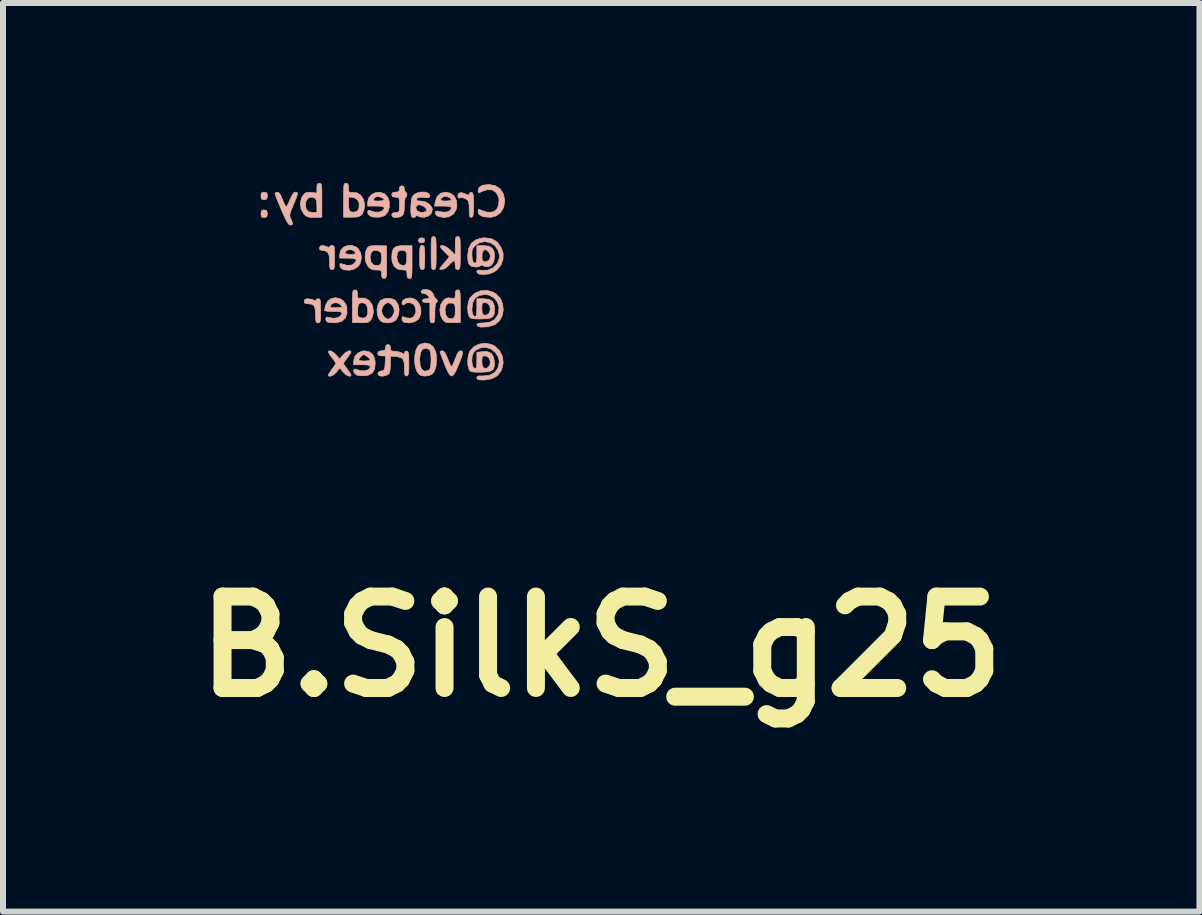
<source format=kicad_pcb>
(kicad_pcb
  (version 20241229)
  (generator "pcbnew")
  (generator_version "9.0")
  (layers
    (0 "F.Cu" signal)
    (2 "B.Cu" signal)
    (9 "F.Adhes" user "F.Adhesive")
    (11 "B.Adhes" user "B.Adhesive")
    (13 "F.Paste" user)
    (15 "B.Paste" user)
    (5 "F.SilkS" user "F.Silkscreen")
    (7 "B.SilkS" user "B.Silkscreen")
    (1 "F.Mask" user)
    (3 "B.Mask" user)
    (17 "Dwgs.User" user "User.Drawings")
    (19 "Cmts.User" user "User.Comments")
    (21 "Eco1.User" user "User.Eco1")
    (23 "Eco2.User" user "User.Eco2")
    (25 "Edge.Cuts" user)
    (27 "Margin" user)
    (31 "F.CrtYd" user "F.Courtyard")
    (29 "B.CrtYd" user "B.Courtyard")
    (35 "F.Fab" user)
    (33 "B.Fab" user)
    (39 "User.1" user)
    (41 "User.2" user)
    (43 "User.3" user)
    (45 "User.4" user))
  (footprint "B.SilkS_g25"
    (layer "F.Cu")
    (at 6.974 7.731)
    (property "Reference" "B.SilkS_g25" (at 0 0 0) (layer "F.SilkS") (effects (font (size 1.524 1.524) (thickness 0.3))))
    (attr through_hole)
    (fp_poly (pts (xy -2.954 -6.806) (xy -2.942 -6.773) (xy -2.955 -6.74) (xy -2.995 -6.731) (xy -3.037 -6.741) (xy -3.048 -6.773) (xy -3.036 -6.807) (xy -2.995 -6.816) (xy -2.954 -6.806)) (stroke (width 0.01) (type solid)) (fill yes) (layer "B.SilkS"))
    (fp_poly (pts (xy -5.582 -7.571) (xy -5.568 -7.542) (xy -5.567 -7.514) (xy -5.573 -7.469) (xy -5.597 -7.452) (xy -5.62 -7.451) (xy -5.658 -7.458) (xy -5.671 -7.487) (xy -5.673 -7.514) (xy -5.667 -7.56) (xy -5.643 -7.576) (xy -5.62 -7.578) (xy -5.582 -7.571)) (stroke (width 0.01) (type solid)) (fill yes) (layer "B.SilkS"))
    (fp_poly (pts (xy -5.582 -7.274) (xy -5.568 -7.245) (xy -5.567 -7.218) (xy -5.573 -7.172) (xy -5.597 -7.156) (xy -5.62 -7.154) (xy -5.658 -7.161) (xy -5.671 -7.19) (xy -5.673 -7.218) (xy -5.667 -7.263) (xy -5.643 -7.28) (xy -5.62 -7.281) (xy -5.582 -7.274)) (stroke (width 0.01) (type solid)) (fill yes) (layer "B.SilkS"))
    (fp_poly (pts (xy -2.965 -6.686) (xy -2.952 -6.671) (xy -2.946 -6.638) (xy -2.943 -6.577) (xy -2.942 -6.488) (xy -2.943 -6.394) (xy -2.946 -6.335) (xy -2.953 -6.303) (xy -2.966 -6.289) (xy -2.985 -6.287) (xy -3.004 -6.29) (xy -3.017 -6.304) (xy -3.023 -6.337) (xy -3.026 -6.398) (xy -3.027 -6.488) (xy -3.026 -6.581) (xy -3.023 -6.64) (xy -3.016 -6.672) (xy -3.003 -6.686) (xy -2.985 -6.689) (xy -2.965 -6.686)) (stroke (width 0.01) (type solid)) (fill yes) (layer "B.SilkS"))
    (fp_poly (pts (xy -2.777 -6.834) (xy -2.765 -6.823) (xy -2.758 -6.796) (xy -2.754 -6.746) (xy -2.752 -6.666) (xy -2.752 -6.562) (xy -2.752 -6.449) (xy -2.754 -6.373) (xy -2.758 -6.325) (xy -2.766 -6.299) (xy -2.778 -6.288) (xy -2.794 -6.287) (xy -2.811 -6.289) (xy -2.823 -6.3) (xy -2.83 -6.328) (xy -2.834 -6.378) (xy -2.836 -6.457) (xy -2.836 -6.562) (xy -2.836 -6.674) (xy -2.834 -6.751) (xy -2.83 -6.799) (xy -2.822 -6.824) (xy -2.81 -6.835) (xy -2.794 -6.837) (xy -2.777 -6.834)) (stroke (width 0.01) (type solid)) (fill yes) (layer "B.SilkS"))
    (fp_poly (pts (xy -4.582 -6.672) (xy -4.571 -6.667) (xy -4.537 -6.656) (xy -4.53 -6.667) (xy -4.512 -6.685) (xy -4.487 -6.689) (xy -4.468 -6.686) (xy -4.455 -6.671) (xy -4.448 -6.638) (xy -4.446 -6.577) (xy -4.445 -6.488) (xy -4.446 -6.394) (xy -4.449 -6.335) (xy -4.456 -6.303) (xy -4.468 -6.289) (xy -4.487 -6.287) (xy -4.51 -6.291) (xy -4.523 -6.31) (xy -4.529 -6.353) (xy -4.53 -6.423) (xy -4.535 -6.513) (xy -4.555 -6.568) (xy -4.593 -6.596) (xy -4.655 -6.604) (xy -4.655 -6.604) (xy -4.692 -6.618) (xy -4.699 -6.646) (xy -4.683 -6.68) (xy -4.64 -6.689) (xy -4.582 -6.672)) (stroke (width 0.01) (type solid)) (fill yes) (layer "B.SilkS"))
    (fp_poly (pts (xy -4.7 -5.797) (xy -4.688 -5.782) (xy -4.681 -5.749) (xy -4.678 -5.688) (xy -4.678 -5.599) (xy -4.678 -5.505) (xy -4.681 -5.446) (xy -4.689 -5.414) (xy -4.701 -5.4) (xy -4.72 -5.397) (xy -4.743 -5.402) (xy -4.756 -5.421) (xy -4.762 -5.466) (xy -4.763 -5.531) (xy -4.767 -5.621) (xy -4.784 -5.677) (xy -4.817 -5.706) (xy -4.873 -5.715) (xy -4.883 -5.715) (xy -4.932 -5.72) (xy -4.951 -5.741) (xy -4.953 -5.757) (xy -4.944 -5.787) (xy -4.91 -5.799) (xy -4.883 -5.8) (xy -4.827 -5.792) (xy -4.788 -5.775) (xy -4.788 -5.774) (xy -4.767 -5.76) (xy -4.763 -5.774) (xy -4.745 -5.795) (xy -4.72 -5.8) (xy -4.7 -5.797)) (stroke (width 0.01) (type solid)) (fill yes) (layer "B.SilkS"))
    (fp_poly (pts (xy -2.147 -7.565) (xy -2.136 -7.543) (xy -2.13 -7.498) (xy -2.128 -7.424) (xy -2.127 -7.366) (xy -2.128 -7.271) (xy -2.132 -7.211) (xy -2.14 -7.177) (xy -2.154 -7.162) (xy -2.164 -7.158) (xy -2.184 -7.16) (xy -2.196 -7.179) (xy -2.2 -7.225) (xy -2.201 -7.29) (xy -2.203 -7.367) (xy -2.211 -7.414) (xy -2.228 -7.443) (xy -2.253 -7.463) (xy -2.31 -7.485) (xy -2.348 -7.483) (xy -2.382 -7.48) (xy -2.392 -7.509) (xy -2.392 -7.513) (xy -2.377 -7.557) (xy -2.336 -7.571) (xy -2.273 -7.553) (xy -2.266 -7.549) (xy -2.222 -7.53) (xy -2.204 -7.532) (xy -2.201 -7.549) (xy -2.185 -7.573) (xy -2.164 -7.574) (xy -2.147 -7.565)) (stroke (width 0.01) (type solid)) (fill yes) (layer "B.SilkS"))
    (fp_poly (pts (xy -2.322 -4.928) (xy -2.311 -4.911) (xy -2.314 -4.877) (xy -2.333 -4.817) (xy -2.368 -4.727) (xy -2.379 -4.698) (xy -2.423 -4.595) (xy -2.46 -4.533) (xy -2.492 -4.511) (xy -2.525 -4.53) (xy -2.561 -4.589) (xy -2.604 -4.688) (xy -2.61 -4.704) (xy -2.643 -4.788) (xy -2.669 -4.858) (xy -2.685 -4.904) (xy -2.688 -4.916) (xy -2.671 -4.929) (xy -2.648 -4.932) (xy -2.62 -4.919) (xy -2.592 -4.877) (xy -2.561 -4.804) (xy -2.534 -4.737) (xy -2.511 -4.688) (xy -2.498 -4.668) (xy -2.485 -4.681) (xy -2.463 -4.726) (xy -2.437 -4.792) (xy -2.435 -4.795) (xy -2.405 -4.873) (xy -2.378 -4.916) (xy -2.352 -4.932) (xy -2.347 -4.932) (xy -2.322 -4.928)) (stroke (width 0.01) (type solid)) (fill yes) (layer "B.SilkS"))
    (fp_poly (pts (xy -3.15 -5.809) (xy -3.082 -5.775) (xy -3.033 -5.713) (xy -3.007 -5.635) (xy -3.006 -5.553) (xy -3.035 -5.478) (xy -3.058 -5.449) (xy -3.121 -5.412) (xy -3.202 -5.397) (xy -3.283 -5.407) (xy -3.297 -5.412) (xy -3.319 -5.439) (xy -3.323 -5.463) (xy -3.321 -5.493) (xy -3.307 -5.501) (xy -3.269 -5.49) (xy -3.248 -5.482) (xy -3.179 -5.474) (xy -3.126 -5.502) (xy -3.095 -5.559) (xy -3.09 -5.598) (xy -3.1 -5.657) (xy -3.123 -5.702) (xy -3.124 -5.703) (xy -3.167 -5.728) (xy -3.22 -5.736) (xy -3.261 -5.724) (xy -3.27 -5.715) (xy -3.297 -5.694) (xy -3.318 -5.71) (xy -3.323 -5.737) (xy -3.304 -5.777) (xy -3.256 -5.804) (xy -3.192 -5.814) (xy -3.15 -5.809)) (stroke (width 0.01) (type solid)) (fill yes) (layer "B.SilkS"))
    (fp_poly (pts (xy -1.768 -7.686) (xy -1.687 -7.634) (xy -1.633 -7.553) (xy -1.609 -7.448) (xy -1.609 -7.429) (xy -1.626 -7.322) (xy -1.676 -7.238) (xy -1.751 -7.182) (xy -1.845 -7.157) (xy -1.954 -7.166) (xy -1.995 -7.179) (xy -2.041 -7.209) (xy -2.053 -7.252) (xy -2.051 -7.286) (xy -2.036 -7.292) (xy -1.996 -7.274) (xy -1.991 -7.271) (xy -1.901 -7.243) (xy -1.815 -7.246) (xy -1.778 -7.26) (xy -1.735 -7.305) (xy -1.709 -7.374) (xy -1.705 -7.454) (xy -1.715 -7.504) (xy -1.757 -7.576) (xy -1.821 -7.615) (xy -1.903 -7.618) (xy -1.991 -7.588) (xy -2.033 -7.568) (xy -2.05 -7.572) (xy -2.053 -7.604) (xy -2.053 -7.609) (xy -2.034 -7.66) (xy -1.978 -7.692) (xy -1.887 -7.704) (xy -1.871 -7.705) (xy -1.768 -7.686)) (stroke (width 0.01) (type solid)) (fill yes) (layer "B.SilkS"))
    (fp_poly (pts (xy -3.467 -5.792) (xy -3.431 -5.77) (xy -3.386 -5.703) (xy -3.369 -5.619) (xy -3.378 -5.531) (xy -3.416 -5.455) (xy -3.43 -5.439) (xy -3.484 -5.41) (xy -3.558 -5.398) (xy -3.631 -5.406) (xy -3.666 -5.419) (xy -3.709 -5.467) (xy -3.733 -5.539) (xy -3.737 -5.599) (xy -3.662 -5.599) (xy -3.648 -5.541) (xy -3.613 -5.491) (xy -3.569 -5.463) (xy -3.556 -5.461) (xy -3.515 -5.477) (xy -3.483 -5.508) (xy -3.458 -5.56) (xy -3.45 -5.599) (xy -3.464 -5.656) (xy -3.499 -5.706) (xy -3.543 -5.734) (xy -3.556 -5.736) (xy -3.6 -5.718) (xy -3.639 -5.673) (xy -3.66 -5.616) (xy -3.662 -5.599) (xy -3.737 -5.599) (xy -3.738 -5.621) (xy -3.723 -5.7) (xy -3.688 -5.763) (xy -3.681 -5.77) (xy -3.619 -5.801) (xy -3.541 -5.809) (xy -3.467 -5.792)) (stroke (width 0.01) (type solid)) (fill yes) (layer "B.SilkS"))
    (fp_poly (pts (xy -5.075 -7.575) (xy -5.064 -7.564) (xy -5.066 -7.537) (xy -5.082 -7.487) (xy -5.114 -7.409) (xy -5.132 -7.365) (xy -5.167 -7.281) (xy -5.186 -7.225) (xy -5.192 -7.187) (xy -5.186 -7.156) (xy -5.174 -7.132) (xy -5.148 -7.071) (xy -5.149 -7.039) (xy -5.177 -7.027) (xy -5.183 -7.027) (xy -5.205 -7.037) (xy -5.23 -7.068) (xy -5.262 -7.125) (xy -5.303 -7.215) (xy -5.332 -7.28) (xy -5.372 -7.376) (xy -5.406 -7.459) (xy -5.429 -7.521) (xy -5.44 -7.553) (xy -5.44 -7.555) (xy -5.422 -7.574) (xy -5.4 -7.578) (xy -5.372 -7.565) (xy -5.343 -7.522) (xy -5.313 -7.451) (xy -5.286 -7.388) (xy -5.263 -7.346) (xy -5.249 -7.334) (xy -5.233 -7.358) (xy -5.208 -7.409) (xy -5.186 -7.461) (xy -5.151 -7.534) (xy -5.12 -7.571) (xy -5.099 -7.578) (xy -5.075 -7.575)) (stroke (width 0.01) (type solid)) (fill yes) (layer "B.SilkS"))
    (fp_poly (pts (xy -2.897 -5.955) (xy -2.84 -5.928) (xy -2.803 -5.885) (xy -2.798 -5.867) (xy -2.78 -5.824) (xy -2.761 -5.807) (xy -2.737 -5.784) (xy -2.731 -5.754) (xy -2.747 -5.737) (xy -2.752 -5.736) (xy -2.762 -5.716) (xy -2.77 -5.662) (xy -2.773 -5.582) (xy -2.773 -5.567) (xy -2.774 -5.482) (xy -2.778 -5.432) (xy -2.787 -5.407) (xy -2.804 -5.398) (xy -2.815 -5.397) (xy -2.836 -5.401) (xy -2.849 -5.417) (xy -2.855 -5.455) (xy -2.857 -5.522) (xy -2.857 -5.567) (xy -2.857 -5.736) (xy -2.921 -5.736) (xy -2.971 -5.746) (xy -2.985 -5.768) (xy -2.966 -5.793) (xy -2.92 -5.8) (xy -2.877 -5.803) (xy -2.868 -5.818) (xy -2.879 -5.842) (xy -2.918 -5.877) (xy -2.953 -5.884) (xy -2.995 -5.896) (xy -3.004 -5.922) (xy -2.979 -5.948) (xy -2.959 -5.955) (xy -2.897 -5.955)) (stroke (width 0.01) (type solid)) (fill yes) (layer "B.SilkS"))
    (fp_poly (pts (xy -4.682 -7.724) (xy -4.67 -7.712) (xy -4.663 -7.685) (xy -4.659 -7.636) (xy -4.657 -7.558) (xy -4.657 -7.444) (xy -4.657 -7.442) (xy -4.657 -7.159) (xy -4.782 -7.157) (xy -4.855 -7.158) (xy -4.901 -7.167) (xy -4.935 -7.19) (xy -4.962 -7.22) (xy -5.006 -7.302) (xy -5.014 -7.366) (xy -4.932 -7.366) (xy -4.918 -7.293) (xy -4.875 -7.25) (xy -4.815 -7.239) (xy -4.741 -7.239) (xy -4.741 -7.353) (xy -4.746 -7.429) (xy -4.765 -7.472) (xy -4.803 -7.49) (xy -4.848 -7.493) (xy -4.891 -7.474) (xy -4.922 -7.425) (xy -4.932 -7.366) (xy -5.014 -7.366) (xy -5.017 -7.395) (xy -4.995 -7.484) (xy -4.971 -7.524) (xy -4.936 -7.561) (xy -4.898 -7.575) (xy -4.839 -7.573) (xy -4.833 -7.572) (xy -4.741 -7.562) (xy -4.741 -7.644) (xy -4.738 -7.698) (xy -4.722 -7.722) (xy -4.699 -7.726) (xy -4.682 -7.724)) (stroke (width 0.01) (type solid)) (fill yes) (layer "B.SilkS"))
    (fp_poly (pts (xy -2.866 -5.049) (xy -2.803 -5.001) (xy -2.762 -4.924) (xy -2.752 -4.883) (xy -2.745 -4.772) (xy -2.755 -4.671) (xy -2.782 -4.591) (xy -2.815 -4.547) (xy -2.877 -4.517) (xy -2.952 -4.51) (xy -3.018 -4.526) (xy -3.032 -4.535) (xy -3.073 -4.588) (xy -3.1 -4.667) (xy -3.111 -4.76) (xy -3.11 -4.784) (xy -3.027 -4.784) (xy -3.018 -4.686) (xy -2.991 -4.622) (xy -2.948 -4.594) (xy -2.936 -4.593) (xy -2.886 -4.604) (xy -2.862 -4.619) (xy -2.847 -4.655) (xy -2.839 -4.718) (xy -2.837 -4.794) (xy -2.841 -4.868) (xy -2.85 -4.925) (xy -2.862 -4.949) (xy -2.902 -4.969) (xy -2.936 -4.974) (xy -2.983 -4.955) (xy -3.013 -4.898) (xy -3.026 -4.807) (xy -3.027 -4.784) (xy -3.11 -4.784) (xy -3.108 -4.855) (xy -3.09 -4.942) (xy -3.058 -5.009) (xy -3.026 -5.038) (xy -2.943 -5.063) (xy -2.866 -5.049)) (stroke (width 0.01) (type solid)) (fill yes) (layer "B.SilkS"))
    (fp_poly (pts (xy -4.226 -7.718) (xy -4.214 -7.689) (xy -4.212 -7.645) (xy -4.21 -7.593) (xy -4.197 -7.572) (xy -4.162 -7.571) (xy -4.149 -7.573) (xy -4.071 -7.566) (xy -4.008 -7.525) (xy -3.964 -7.459) (xy -3.945 -7.376) (xy -3.955 -7.283) (xy -3.956 -7.279) (xy -3.981 -7.218) (xy -4.018 -7.181) (xy -4.076 -7.163) (xy -4.166 -7.159) (xy -4.176 -7.159) (xy -4.297 -7.16) (xy -4.297 -7.38) (xy -4.212 -7.38) (xy -4.208 -7.304) (xy -4.192 -7.262) (xy -4.157 -7.245) (xy -4.108 -7.246) (xy -4.064 -7.263) (xy -4.04 -7.312) (xy -4.035 -7.39) (xy -4.063 -7.45) (xy -4.119 -7.485) (xy -4.144 -7.489) (xy -4.212 -7.496) (xy -4.212 -7.38) (xy -4.297 -7.38) (xy -4.297 -7.443) (xy -4.296 -7.557) (xy -4.295 -7.636) (xy -4.291 -7.685) (xy -4.283 -7.712) (xy -4.272 -7.724) (xy -4.255 -7.726) (xy -4.255 -7.726) (xy -4.226 -7.718)) (stroke (width 0.01) (type solid)) (fill yes) (layer "B.SilkS"))
    (fp_poly (pts (xy -3.29 -7.671) (xy -3.281 -7.631) (xy -3.274 -7.591) (xy -3.26 -7.578) (xy -3.242 -7.56) (xy -3.239 -7.535) (xy -3.247 -7.501) (xy -3.26 -7.493) (xy -3.271 -7.474) (xy -3.278 -7.422) (xy -3.281 -7.357) (xy -3.286 -7.264) (xy -3.301 -7.207) (xy -3.314 -7.188) (xy -3.356 -7.165) (xy -3.413 -7.154) (xy -3.462 -7.159) (xy -3.478 -7.168) (xy -3.494 -7.203) (xy -3.474 -7.23) (xy -3.429 -7.239) (xy -3.394 -7.241) (xy -3.375 -7.252) (xy -3.367 -7.284) (xy -3.366 -7.345) (xy -3.365 -7.366) (xy -3.366 -7.436) (xy -3.372 -7.474) (xy -3.388 -7.49) (xy -3.419 -7.493) (xy -3.429 -7.493) (xy -3.475 -7.5) (xy -3.492 -7.524) (xy -3.493 -7.535) (xy -3.483 -7.566) (xy -3.445 -7.577) (xy -3.429 -7.578) (xy -3.384 -7.583) (xy -3.367 -7.608) (xy -3.365 -7.631) (xy -3.356 -7.672) (xy -3.323 -7.684) (xy -3.29 -7.671)) (stroke (width 0.01) (type solid)) (fill yes) (layer "B.SilkS"))
    (fp_poly (pts (xy -4.085 -6.663) (xy -4.052 -6.637) (xy -4.011 -6.568) (xy -3.998 -6.484) (xy -4.014 -6.4) (xy -4.048 -6.342) (xy -4.114 -6.296) (xy -4.2 -6.275) (xy -4.29 -6.282) (xy -4.297 -6.284) (xy -4.344 -6.315) (xy -4.357 -6.349) (xy -4.357 -6.383) (xy -4.336 -6.386) (xy -4.325 -6.382) (xy -4.233 -6.356) (xy -4.159 -6.363) (xy -4.127 -6.383) (xy -4.089 -6.425) (xy -4.087 -6.454) (xy -4.123 -6.47) (xy -4.199 -6.477) (xy -4.223 -6.477) (xy -4.36 -6.477) (xy -4.36 -6.54) (xy -4.352 -6.571) (xy -4.273 -6.571) (xy -4.263 -6.551) (xy -4.213 -6.541) (xy -4.181 -6.54) (xy -4.123 -6.543) (xy -4.098 -6.554) (xy -4.099 -6.572) (xy -4.131 -6.605) (xy -4.182 -6.619) (xy -4.232 -6.611) (xy -4.244 -6.604) (xy -4.273 -6.571) (xy -4.352 -6.571) (xy -4.342 -6.61) (xy -4.296 -6.66) (xy -4.23 -6.688) (xy -4.157 -6.69) (xy -4.085 -6.663)) (stroke (width 0.01) (type solid)) (fill yes) (layer "B.SilkS"))
    (fp_poly (pts (xy -4.077 -5.94) (xy -4.065 -5.907) (xy -4.064 -5.873) (xy -4.061 -5.824) (xy -4.047 -5.807) (xy -4.013 -5.812) (xy -3.94 -5.81) (xy -3.873 -5.774) (xy -3.824 -5.71) (xy -3.81 -5.671) (xy -3.797 -5.578) (xy -3.817 -5.495) (xy -3.844 -5.445) (xy -3.866 -5.419) (xy -3.897 -5.405) (xy -3.95 -5.4) (xy -4.011 -5.4) (xy -4.149 -5.402) (xy -4.149 -5.548) (xy -4.062 -5.548) (xy -4.054 -5.511) (xy -4.034 -5.492) (xy -4.017 -5.484) (xy -3.957 -5.478) (xy -3.911 -5.503) (xy -3.892 -5.552) (xy -3.896 -5.647) (xy -3.919 -5.706) (xy -3.963 -5.731) (xy -3.999 -5.732) (xy -4.031 -5.724) (xy -4.048 -5.704) (xy -4.057 -5.659) (xy -4.06 -5.614) (xy -4.062 -5.548) (xy -4.149 -5.548) (xy -4.149 -5.675) (xy -4.148 -5.787) (xy -4.147 -5.863) (xy -4.142 -5.91) (xy -4.134 -5.936) (xy -4.122 -5.946) (xy -4.106 -5.948) (xy -4.077 -5.94)) (stroke (width 0.01) (type solid)) (fill yes) (layer "B.SilkS"))
    (fp_poly (pts (xy -3.154 -6.684) (xy -3.154 -6.411) (xy -3.154 -6.299) (xy -3.156 -6.223) (xy -3.16 -6.176) (xy -3.168 -6.15) (xy -3.18 -6.14) (xy -3.196 -6.138) (xy -3.226 -6.147) (xy -3.237 -6.18) (xy -3.239 -6.21) (xy -3.242 -6.259) (xy -3.26 -6.278) (xy -3.307 -6.28) (xy -3.312 -6.28) (xy -3.396 -6.295) (xy -3.455 -6.343) (xy -3.487 -6.422) (xy -3.493 -6.487) (xy -3.492 -6.499) (xy -3.408 -6.499) (xy -3.395 -6.422) (xy -3.359 -6.371) (xy -3.306 -6.353) (xy -3.294 -6.354) (xy -3.267 -6.364) (xy -3.252 -6.391) (xy -3.244 -6.447) (xy -3.243 -6.472) (xy -3.241 -6.538) (xy -3.248 -6.575) (xy -3.268 -6.595) (xy -3.285 -6.602) (xy -3.347 -6.61) (xy -3.389 -6.583) (xy -3.407 -6.52) (xy -3.408 -6.499) (xy -3.492 -6.499) (xy -3.486 -6.581) (xy -3.461 -6.641) (xy -3.412 -6.674) (xy -3.332 -6.686) (xy -3.29 -6.686) (xy -3.154 -6.684)) (stroke (width 0.01) (type solid)) (fill yes) (layer "B.SilkS"))
    (fp_poly (pts (xy -2.512 -7.559) (xy -2.45 -7.51) (xy -2.413 -7.436) (xy -2.406 -7.347) (xy -2.419 -7.285) (xy -2.463 -7.213) (xy -2.533 -7.169) (xy -2.621 -7.154) (xy -2.718 -7.174) (xy -2.727 -7.177) (xy -2.758 -7.202) (xy -2.768 -7.234) (xy -2.758 -7.259) (xy -2.729 -7.262) (xy -2.634 -7.244) (xy -2.56 -7.249) (xy -2.513 -7.275) (xy -2.498 -7.316) (xy -2.509 -7.332) (xy -2.549 -7.342) (xy -2.623 -7.345) (xy -2.638 -7.345) (xy -2.778 -7.345) (xy -2.766 -7.424) (xy -2.752 -7.46) (xy -2.675 -7.46) (xy -2.673 -7.441) (xy -2.644 -7.432) (xy -2.592 -7.429) (xy -2.536 -7.434) (xy -2.502 -7.444) (xy -2.498 -7.45) (xy -2.516 -7.478) (xy -2.558 -7.499) (xy -2.606 -7.507) (xy -2.624 -7.504) (xy -2.663 -7.479) (xy -2.675 -7.46) (xy -2.752 -7.46) (xy -2.735 -7.506) (xy -2.677 -7.559) (xy -2.596 -7.578) (xy -2.595 -7.578) (xy -2.512 -7.559)) (stroke (width 0.01) (type solid)) (fill yes) (layer "B.SilkS"))
    (fp_poly (pts (xy -3.724 -6.685) (xy -3.577 -6.682) (xy -3.577 -6.41) (xy -3.578 -6.299) (xy -3.579 -6.223) (xy -3.584 -6.175) (xy -3.591 -6.15) (xy -3.604 -6.14) (xy -3.619 -6.138) (xy -3.649 -6.147) (xy -3.661 -6.18) (xy -3.662 -6.21) (xy -3.664 -6.255) (xy -3.68 -6.275) (xy -3.72 -6.279) (xy -3.749 -6.279) (xy -3.814 -6.284) (xy -3.861 -6.31) (xy -3.886 -6.336) (xy -3.923 -6.405) (xy -3.937 -6.488) (xy -3.852 -6.488) (xy -3.838 -6.412) (xy -3.798 -6.365) (xy -3.738 -6.353) (xy -3.695 -6.363) (xy -3.673 -6.387) (xy -3.663 -6.442) (xy -3.662 -6.477) (xy -3.664 -6.54) (xy -3.676 -6.574) (xy -3.705 -6.593) (xy -3.725 -6.601) (xy -3.789 -6.608) (xy -3.831 -6.578) (xy -3.851 -6.515) (xy -3.852 -6.488) (xy -3.937 -6.488) (xy -3.938 -6.492) (xy -3.93 -6.579) (xy -3.904 -6.641) (xy -3.882 -6.666) (xy -3.85 -6.68) (xy -3.799 -6.685) (xy -3.724 -6.685)) (stroke (width 0.01) (type solid)) (fill yes) (layer "B.SilkS"))
    (fp_poly (pts (xy -2.374 -5.945) (xy -2.363 -5.934) (xy -2.355 -5.906) (xy -2.351 -5.856) (xy -2.35 -5.776) (xy -2.349 -5.675) (xy -2.349 -5.403) (xy -2.475 -5.4) (xy -2.548 -5.401) (xy -2.593 -5.409) (xy -2.625 -5.43) (xy -2.644 -5.453) (xy -2.681 -5.529) (xy -2.69 -5.608) (xy -2.603 -5.608) (xy -2.591 -5.529) (xy -2.556 -5.48) (xy -2.504 -5.465) (xy -2.468 -5.474) (xy -2.446 -5.495) (xy -2.436 -5.544) (xy -2.434 -5.6) (xy -2.436 -5.667) (xy -2.445 -5.703) (xy -2.466 -5.721) (xy -2.487 -5.728) (xy -2.548 -5.727) (xy -2.587 -5.691) (xy -2.603 -5.621) (xy -2.603 -5.608) (xy -2.69 -5.608) (xy -2.691 -5.617) (xy -2.675 -5.704) (xy -2.634 -5.771) (xy -2.588 -5.808) (xy -2.54 -5.816) (xy -2.507 -5.811) (xy -2.459 -5.805) (xy -2.438 -5.817) (xy -2.434 -5.858) (xy -2.434 -5.873) (xy -2.43 -5.924) (xy -2.412 -5.945) (xy -2.392 -5.948) (xy -2.374 -5.945)) (stroke (width 0.01) (type solid)) (fill yes) (layer "B.SilkS"))
    (fp_poly (pts (xy -2.375 -6.834) (xy -2.363 -6.823) (xy -2.355 -6.796) (xy -2.351 -6.746) (xy -2.35 -6.666) (xy -2.349 -6.562) (xy -2.35 -6.449) (xy -2.352 -6.373) (xy -2.356 -6.325) (xy -2.364 -6.299) (xy -2.376 -6.288) (xy -2.392 -6.287) (xy -2.421 -6.295) (xy -2.433 -6.327) (xy -2.434 -6.361) (xy -2.439 -6.41) (xy -2.451 -6.434) (xy -2.453 -6.435) (xy -2.477 -6.42) (xy -2.517 -6.383) (xy -2.537 -6.361) (xy -2.603 -6.303) (xy -2.657 -6.287) (xy -2.685 -6.288) (xy -2.694 -6.297) (xy -2.681 -6.32) (xy -2.645 -6.366) (xy -2.622 -6.393) (xy -2.532 -6.499) (xy -2.61 -6.579) (xy -2.662 -6.635) (xy -2.684 -6.668) (xy -2.677 -6.684) (xy -2.642 -6.689) (xy -2.641 -6.689) (xy -2.6 -6.674) (xy -2.546 -6.638) (xy -2.514 -6.61) (xy -2.434 -6.532) (xy -2.434 -6.684) (xy -2.433 -6.764) (xy -2.428 -6.809) (xy -2.417 -6.831) (xy -2.397 -6.837) (xy -2.392 -6.837) (xy -2.375 -6.834)) (stroke (width 0.01) (type solid)) (fill yes) (layer "B.SilkS"))
    (fp_poly (pts (xy -4.17 -4.915) (xy -4.17 -4.914) (xy -4.182 -4.888) (xy -4.213 -4.842) (xy -4.233 -4.815) (xy -4.271 -4.766) (xy -4.293 -4.729) (xy -4.297 -4.72) (xy -4.285 -4.696) (xy -4.254 -4.652) (xy -4.233 -4.625) (xy -4.196 -4.574) (xy -4.173 -4.537) (xy -4.17 -4.527) (xy -4.184 -4.507) (xy -4.218 -4.513) (xy -4.262 -4.539) (xy -4.302 -4.577) (xy -4.359 -4.646) (xy -4.414 -4.577) (xy -4.456 -4.537) (xy -4.5 -4.512) (xy -4.536 -4.507) (xy -4.551 -4.524) (xy -4.551 -4.526) (xy -4.539 -4.552) (xy -4.509 -4.598) (xy -4.488 -4.626) (xy -4.451 -4.677) (xy -4.428 -4.713) (xy -4.424 -4.723) (xy -4.436 -4.745) (xy -4.467 -4.789) (xy -4.487 -4.815) (xy -4.525 -4.866) (xy -4.547 -4.903) (xy -4.551 -4.914) (xy -4.537 -4.933) (xy -4.503 -4.928) (xy -4.459 -4.901) (xy -4.419 -4.863) (xy -4.361 -4.794) (xy -4.306 -4.863) (xy -4.264 -4.903) (xy -4.22 -4.928) (xy -4.185 -4.933) (xy -4.17 -4.915)) (stroke (width 0.01) (type solid)) (fill yes) (layer "B.SilkS"))
    (fp_poly (pts (xy -3.61 -7.549) (xy -3.604 -7.545) (xy -3.556 -7.489) (xy -3.533 -7.413) (xy -3.532 -7.331) (xy -3.554 -7.254) (xy -3.598 -7.196) (xy -3.619 -7.182) (xy -3.704 -7.159) (xy -3.798 -7.162) (xy -3.847 -7.176) (xy -3.886 -7.21) (xy -3.895 -7.241) (xy -3.887 -7.273) (xy -3.86 -7.271) (xy -3.858 -7.27) (xy -3.778 -7.246) (xy -3.705 -7.245) (xy -3.65 -7.264) (xy -3.621 -7.3) (xy -3.619 -7.316) (xy -3.631 -7.332) (xy -3.671 -7.342) (xy -3.746 -7.345) (xy -3.757 -7.345) (xy -3.895 -7.345) (xy -3.895 -7.409) (xy -3.882 -7.46) (xy -3.797 -7.46) (xy -3.795 -7.44) (xy -3.764 -7.431) (xy -3.714 -7.429) (xy -3.658 -7.434) (xy -3.624 -7.445) (xy -3.619 -7.451) (xy -3.638 -7.475) (xy -3.68 -7.495) (xy -3.727 -7.505) (xy -3.755 -7.501) (xy -3.79 -7.472) (xy -3.797 -7.46) (xy -3.882 -7.46) (xy -3.876 -7.482) (xy -3.828 -7.538) (xy -3.76 -7.571) (xy -3.684 -7.576) (xy -3.61 -7.549)) (stroke (width 0.01) (type solid)) (fill yes) (layer "B.SilkS"))
    (fp_poly (pts (xy -3.863 -4.915) (xy -3.804 -4.864) (xy -3.773 -4.783) (xy -3.768 -4.723) (xy -3.778 -4.628) (xy -3.813 -4.564) (xy -3.876 -4.528) (xy -3.938 -4.517) (xy -4.008 -4.517) (xy -4.067 -4.525) (xy -4.08 -4.529) (xy -4.119 -4.564) (xy -4.128 -4.595) (xy -4.12 -4.627) (xy -4.093 -4.625) (xy -4.09 -4.624) (xy -4.011 -4.601) (xy -3.938 -4.599) (xy -3.883 -4.618) (xy -3.854 -4.654) (xy -3.852 -4.67) (xy -3.864 -4.687) (xy -3.904 -4.696) (xy -3.979 -4.699) (xy -3.99 -4.699) (xy -4.128 -4.699) (xy -4.128 -4.763) (xy -4.123 -4.782) (xy -4.043 -4.782) (xy -4.024 -4.77) (xy -3.976 -4.763) (xy -3.948 -4.763) (xy -3.891 -4.766) (xy -3.857 -4.777) (xy -3.852 -4.782) (xy -3.868 -4.807) (xy -3.904 -4.839) (xy -3.943 -4.863) (xy -3.961 -4.868) (xy -3.99 -4.853) (xy -4.022 -4.82) (xy -4.042 -4.788) (xy -4.043 -4.782) (xy -4.123 -4.782) (xy -4.108 -4.838) (xy -4.057 -4.896) (xy -3.984 -4.928) (xy -3.948 -4.932) (xy -3.863 -4.915)) (stroke (width 0.01) (type solid)) (fill yes) (layer "B.SilkS"))
    (fp_poly (pts (xy -4.36 -5.804) (xy -4.298 -5.765) (xy -4.255 -5.701) (xy -4.242 -5.659) (xy -4.238 -5.556) (xy -4.268 -5.476) (xy -4.328 -5.423) (xy -4.416 -5.4) (xy -4.444 -5.399) (xy -4.508 -5.402) (xy -4.556 -5.409) (xy -4.567 -5.412) (xy -4.589 -5.439) (xy -4.593 -5.464) (xy -4.586 -5.493) (xy -4.557 -5.493) (xy -4.546 -5.49) (xy -4.468 -5.475) (xy -4.398 -5.483) (xy -4.349 -5.511) (xy -4.346 -5.515) (xy -4.324 -5.551) (xy -4.326 -5.572) (xy -4.357 -5.584) (xy -4.423 -5.588) (xy -4.466 -5.588) (xy -4.539 -5.59) (xy -4.592 -5.596) (xy -4.614 -5.603) (xy -4.614 -5.604) (xy -4.609 -5.633) (xy -4.6 -5.669) (xy -4.519 -5.669) (xy -4.509 -5.656) (xy -4.47 -5.652) (xy -4.425 -5.652) (xy -4.364 -5.653) (xy -4.325 -5.657) (xy -4.318 -5.661) (xy -4.331 -5.681) (xy -4.351 -5.703) (xy -4.403 -5.732) (xy -4.459 -5.731) (xy -4.503 -5.703) (xy -4.508 -5.694) (xy -4.519 -5.669) (xy -4.6 -5.669) (xy -4.596 -5.685) (xy -4.593 -5.697) (xy -4.556 -5.765) (xy -4.499 -5.805) (xy -4.43 -5.818) (xy -4.36 -5.804)) (stroke (width 0.01) (type solid)) (fill yes) (layer "B.SilkS"))
    (fp_poly (pts (xy -2.931 -7.577) (xy -2.882 -7.559) (xy -2.858 -7.524) (xy -2.857 -7.515) (xy -2.864 -7.493) (xy -2.889 -7.485) (xy -2.943 -7.486) (xy -2.96 -7.488) (xy -3.026 -7.491) (xy -3.061 -7.482) (xy -3.076 -7.464) (xy -3.077 -7.442) (xy -3.052 -7.432) (xy -3.004 -7.429) (xy -2.927 -7.414) (xy -2.863 -7.375) (xy -2.823 -7.321) (xy -2.815 -7.282) (xy -2.834 -7.222) (xy -2.881 -7.179) (xy -2.947 -7.158) (xy -3.018 -7.163) (xy -3.049 -7.176) (xy -3.083 -7.187) (xy -3.09 -7.176) (xy -3.106 -7.157) (xy -3.139 -7.157) (xy -3.161 -7.168) (xy -3.17 -7.199) (xy -3.175 -7.259) (xy -3.174 -7.315) (xy -3.091 -7.315) (xy -3.071 -7.271) (xy -3.065 -7.264) (xy -3.024 -7.244) (xy -2.972 -7.241) (xy -2.928 -7.254) (xy -2.914 -7.27) (xy -2.92 -7.305) (xy -2.955 -7.338) (xy -3.007 -7.361) (xy -3.042 -7.366) (xy -3.08 -7.351) (xy -3.091 -7.315) (xy -3.174 -7.315) (xy -3.174 -7.333) (xy -3.169 -7.408) (xy -3.16 -7.471) (xy -3.151 -7.501) (xy -3.116 -7.541) (xy -3.06 -7.568) (xy -2.994 -7.58) (xy -2.931 -7.577)) (stroke (width 0.01) (type solid)) (fill yes) (layer "B.SilkS"))
    (fp_poly (pts (xy -3.523 -5.025) (xy -3.514 -4.985) (xy -3.508 -4.944) (xy -3.498 -4.93) (xy -3.41 -4.921) (xy -3.355 -4.91) (xy -3.321 -4.895) (xy -3.312 -4.889) (xy -3.288 -4.875) (xy -3.281 -4.895) (xy -3.281 -4.899) (xy -3.266 -4.927) (xy -3.244 -4.928) (xy -3.226 -4.919) (xy -3.215 -4.897) (xy -3.209 -4.852) (xy -3.207 -4.778) (xy -3.207 -4.72) (xy -3.208 -4.626) (xy -3.211 -4.565) (xy -3.219 -4.531) (xy -3.233 -4.516) (xy -3.244 -4.513) (xy -3.264 -4.514) (xy -3.275 -4.533) (xy -3.28 -4.58) (xy -3.281 -4.642) (xy -3.285 -4.731) (xy -3.302 -4.787) (xy -3.337 -4.818) (xy -3.398 -4.833) (xy -3.427 -4.836) (xy -3.514 -4.844) (xy -3.514 -4.71) (xy -3.519 -4.617) (xy -3.534 -4.56) (xy -3.547 -4.542) (xy -3.589 -4.519) (xy -3.646 -4.509) (xy -3.695 -4.513) (xy -3.711 -4.523) (xy -3.726 -4.557) (xy -3.704 -4.586) (xy -3.667 -4.597) (xy -3.634 -4.604) (xy -3.616 -4.621) (xy -3.607 -4.661) (xy -3.603 -4.725) (xy -3.596 -4.847) (xy -3.661 -4.847) (xy -3.708 -4.854) (xy -3.725 -4.878) (xy -3.725 -4.889) (xy -3.715 -4.92) (xy -3.678 -4.931) (xy -3.662 -4.932) (xy -3.616 -4.938) (xy -3.6 -4.962) (xy -3.598 -4.985) (xy -3.588 -5.026) (xy -3.556 -5.038) (xy -3.523 -5.025)) (stroke (width 0.01) (type solid)) (fill yes) (layer "B.SilkS"))
    (fp_poly (pts (xy -1.804 -5.911) (xy -1.748 -5.877) (xy -1.681 -5.803) (xy -1.643 -5.711) (xy -1.633 -5.613) (xy -1.65 -5.517) (xy -1.695 -5.434) (xy -1.766 -5.373) (xy -1.773 -5.369) (xy -1.886 -5.333) (xy -2.005 -5.327) (xy -2.016 -5.329) (xy -2.059 -5.344) (xy -2.074 -5.367) (xy -2.062 -5.386) (xy -2.021 -5.395) (xy -1.961 -5.397) (xy -1.854 -5.411) (xy -1.777 -5.454) (xy -1.726 -5.527) (xy -1.713 -5.564) (xy -1.704 -5.657) (xy -1.731 -5.744) (xy -1.787 -5.814) (xy -1.865 -5.859) (xy -1.938 -5.872) (xy -2.035 -5.855) (xy -2.105 -5.807) (xy -2.145 -5.729) (xy -2.156 -5.622) (xy -2.155 -5.607) (xy -2.145 -5.543) (xy -2.125 -5.512) (xy -2.111 -5.507) (xy -2.092 -5.508) (xy -2.081 -5.527) (xy -2.076 -5.571) (xy -2.074 -5.644) (xy -1.99 -5.644) (xy -1.987 -5.585) (xy -1.979 -5.545) (xy -1.976 -5.539) (xy -1.935 -5.524) (xy -1.89 -5.539) (xy -1.861 -5.573) (xy -1.849 -5.635) (xy -1.865 -5.691) (xy -1.903 -5.728) (xy -1.936 -5.736) (xy -1.97 -5.732) (xy -1.985 -5.712) (xy -1.99 -5.665) (xy -1.99 -5.644) (xy -2.074 -5.644) (xy -2.074 -5.649) (xy -2.074 -5.8) (xy -1.959 -5.8) (xy -1.87 -5.79) (xy -1.814 -5.757) (xy -1.785 -5.696) (xy -1.778 -5.617) (xy -1.783 -5.549) (xy -1.804 -5.504) (xy -1.846 -5.478) (xy -1.918 -5.466) (xy -2.011 -5.463) (xy -2.096 -5.464) (xy -2.15 -5.469) (xy -2.181 -5.48) (xy -2.199 -5.5) (xy -2.205 -5.509) (xy -2.224 -5.577) (xy -2.227 -5.663) (xy -2.214 -5.749) (xy -2.188 -5.815) (xy -2.185 -5.82) (xy -2.107 -5.893) (xy -2.011 -5.933) (xy -1.907 -5.94) (xy -1.804 -5.911)) (stroke (width 0.01) (type solid)) (fill yes) (layer "B.SilkS"))
    (fp_poly (pts (xy -1.839 -5.042) (xy -1.776 -5.011) (xy -1.693 -4.932) (xy -1.645 -4.835) (xy -1.634 -4.727) (xy -1.661 -4.616) (xy -1.671 -4.595) (xy -1.735 -4.515) (xy -1.827 -4.465) (xy -1.949 -4.445) (xy -1.966 -4.445) (xy -2.032 -4.448) (xy -2.064 -4.457) (xy -2.074 -4.478) (xy -2.074 -4.482) (xy -2.068 -4.504) (xy -2.04 -4.514) (xy -1.982 -4.513) (xy -1.974 -4.513) (xy -1.867 -4.523) (xy -1.783 -4.565) (xy -1.726 -4.638) (xy -1.715 -4.667) (xy -1.699 -4.754) (xy -1.718 -4.833) (xy -1.769 -4.908) (xy -1.839 -4.964) (xy -1.923 -4.988) (xy -2.009 -4.982) (xy -2.086 -4.946) (xy -2.13 -4.899) (xy -2.15 -4.846) (xy -2.157 -4.781) (xy -2.152 -4.715) (xy -2.137 -4.663) (xy -2.111 -4.639) (xy -2.091 -4.641) (xy -2.08 -4.661) (xy -2.075 -4.707) (xy -2.075 -4.754) (xy -1.99 -4.754) (xy -1.983 -4.685) (xy -1.961 -4.649) (xy -1.926 -4.637) (xy -1.901 -4.646) (xy -1.892 -4.652) (xy -1.857 -4.695) (xy -1.849 -4.75) (xy -1.865 -4.802) (xy -1.902 -4.839) (xy -1.937 -4.847) (xy -1.97 -4.843) (xy -1.985 -4.823) (xy -1.99 -4.775) (xy -1.99 -4.754) (xy -2.075 -4.754) (xy -2.074 -4.769) (xy -2.074 -4.905) (xy -1.985 -4.919) (xy -1.895 -4.92) (xy -1.832 -4.888) (xy -1.794 -4.823) (xy -1.782 -4.753) (xy -1.782 -4.676) (xy -1.799 -4.625) (xy -1.839 -4.595) (xy -1.909 -4.58) (xy -2.012 -4.575) (xy -2.098 -4.576) (xy -2.151 -4.581) (xy -2.181 -4.592) (xy -2.2 -4.612) (xy -2.204 -4.619) (xy -2.223 -4.687) (xy -2.226 -4.775) (xy -2.214 -4.864) (xy -2.189 -4.929) (xy -2.124 -5) (xy -2.037 -5.044) (xy -1.938 -5.058) (xy -1.839 -5.042)) (stroke (width 0.01) (type solid)) (fill yes) (layer "B.SilkS"))
    (fp_poly (pts (xy -1.826 -6.8) (xy -1.739 -6.749) (xy -1.672 -6.662) (xy -1.672 -6.662) (xy -1.635 -6.558) (xy -1.638 -6.453) (xy -1.675 -6.356) (xy -1.745 -6.275) (xy -1.801 -6.239) (xy -1.877 -6.213) (xy -1.963 -6.204) (xy -2.037 -6.212) (xy -2.048 -6.216) (xy -2.072 -6.244) (xy -2.074 -6.257) (xy -2.064 -6.275) (xy -2.028 -6.278) (xy -1.992 -6.274) (xy -1.894 -6.277) (xy -1.807 -6.313) (xy -1.741 -6.377) (xy -1.727 -6.402) (xy -1.7 -6.472) (xy -1.697 -6.531) (xy -1.718 -6.6) (xy -1.723 -6.614) (xy -1.775 -6.688) (xy -1.849 -6.734) (xy -1.935 -6.752) (xy -2.021 -6.738) (xy -2.097 -6.691) (xy -2.098 -6.689) (xy -2.136 -6.646) (xy -2.153 -6.605) (xy -2.156 -6.547) (xy -2.155 -6.515) (xy -2.147 -6.445) (xy -2.133 -6.409) (xy -2.111 -6.396) (xy -2.092 -6.398) (xy -2.081 -6.416) (xy -2.075 -6.461) (xy -2.075 -6.486) (xy -1.987 -6.486) (xy -1.982 -6.444) (xy -1.981 -6.443) (xy -1.953 -6.416) (xy -1.912 -6.418) (xy -1.873 -6.444) (xy -1.859 -6.466) (xy -1.847 -6.513) (xy -1.863 -6.559) (xy -1.872 -6.573) (xy -1.913 -6.615) (xy -1.951 -6.617) (xy -1.978 -6.581) (xy -1.986 -6.544) (xy -1.987 -6.486) (xy -2.075 -6.486) (xy -2.074 -6.536) (xy -2.074 -6.683) (xy -1.968 -6.686) (xy -1.876 -6.677) (xy -1.816 -6.644) (xy -1.785 -6.582) (xy -1.778 -6.509) (xy -1.791 -6.421) (xy -1.828 -6.361) (xy -1.882 -6.333) (xy -1.95 -6.341) (xy -1.97 -6.351) (xy -2.004 -6.362) (xy -2.011 -6.351) (xy -2.03 -6.337) (xy -2.076 -6.329) (xy -2.095 -6.329) (xy -2.16 -6.339) (xy -2.201 -6.372) (xy -2.222 -6.435) (xy -2.227 -6.519) (xy -2.211 -6.637) (xy -2.165 -6.726) (xy -2.088 -6.785) (xy -1.983 -6.813) (xy -1.936 -6.816) (xy -1.826 -6.8)) (stroke (width 0.01) (type solid)) (fill yes) (layer "B.SilkS")))
  (gr_rect
    (start -3 -3)
    (end 16.948 12.149)
    (stroke (width 0.1) (type default))
    (fill no)
    (layer "Edge.Cuts")))
</source>
